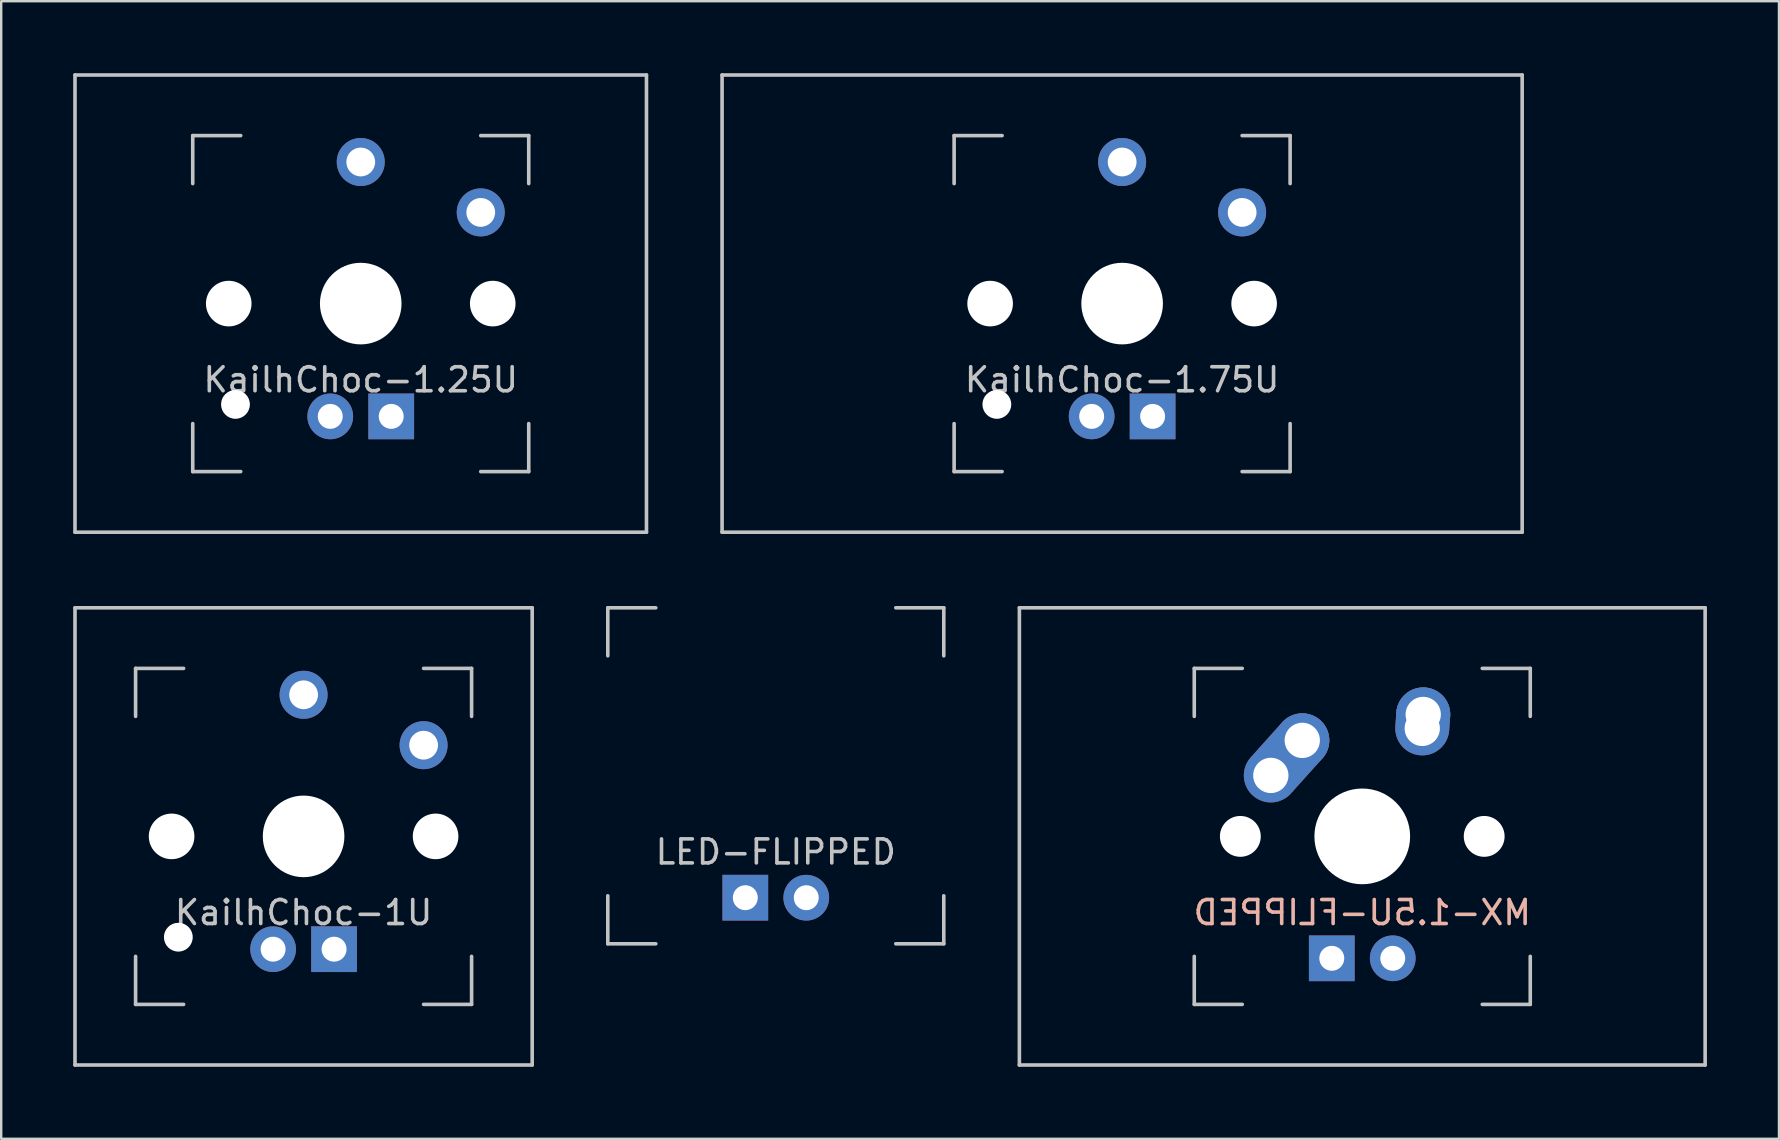
<source format=kicad_pcb>
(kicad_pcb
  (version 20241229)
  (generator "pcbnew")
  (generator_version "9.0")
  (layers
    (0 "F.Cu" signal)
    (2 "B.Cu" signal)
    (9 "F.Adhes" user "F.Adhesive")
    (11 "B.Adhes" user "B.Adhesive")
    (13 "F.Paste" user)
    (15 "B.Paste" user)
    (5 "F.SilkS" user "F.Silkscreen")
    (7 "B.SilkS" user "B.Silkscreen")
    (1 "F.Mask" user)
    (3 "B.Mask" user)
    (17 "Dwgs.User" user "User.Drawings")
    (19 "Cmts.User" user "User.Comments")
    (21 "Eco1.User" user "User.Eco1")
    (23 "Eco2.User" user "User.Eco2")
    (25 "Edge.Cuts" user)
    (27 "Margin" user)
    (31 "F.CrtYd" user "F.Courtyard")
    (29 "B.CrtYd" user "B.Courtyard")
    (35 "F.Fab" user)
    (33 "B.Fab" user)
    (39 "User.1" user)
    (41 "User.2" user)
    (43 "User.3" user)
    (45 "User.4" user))
  (footprint "KailhChoc-1U"
    (layer "F.Cu")
    (at 9.6 31.8)
    (property "Reference" "KailhChoc-1U" (at 0 3.175 0) (layer "Dwgs.User") (effects (font (size 1 1) (thickness 0.15))))
    (attr through_hole)
    (fp_line (start -9.525 -9.525) (end 9.525 -9.525) (stroke (width 0.15) (type solid)) (layer "Dwgs.User"))
    (fp_line (start -9.525 9.525) (end -9.525 -9.525) (stroke (width 0.15) (type solid)) (layer "Dwgs.User"))
    (fp_line (start -7 -7) (end -7 -5) (stroke (width 0.15) (type solid)) (layer "Dwgs.User"))
    (fp_line (start -7 5) (end -7 7) (stroke (width 0.15) (type solid)) (layer "Dwgs.User"))
    (fp_line (start -7 7) (end -5 7) (stroke (width 0.15) (type solid)) (layer "Dwgs.User"))
    (fp_line (start -5 -7) (end -7 -7) (stroke (width 0.15) (type solid)) (layer "Dwgs.User"))
    (fp_line (start 5 -7) (end 7 -7) (stroke (width 0.15) (type solid)) (layer "Dwgs.User"))
    (fp_line (start 5 7) (end 7 7) (stroke (width 0.15) (type solid)) (layer "Dwgs.User"))
    (fp_line (start 7 -7) (end 7 -5) (stroke (width 0.15) (type solid)) (layer "Dwgs.User"))
    (fp_line (start 7 7) (end 7 5) (stroke (width 0.15) (type solid)) (layer "Dwgs.User"))
    (fp_line (start 9.525 -9.525) (end 9.525 9.525) (stroke (width 0.15) (type solid)) (layer "Dwgs.User"))
    (fp_line (start 9.525 9.525) (end -9.525 9.525) (stroke (width 0.15) (type solid)) (layer "Dwgs.User"))
    (pad "" np_thru_hole circle (at -5.5 0 48.1) (size 1.9 1.9) (drill 1.9) (layers "*.Cu" "*.Mask"))
    (pad "" np_thru_hole circle (at -5.22 4.2) (size 1.2 1.2) (drill 1.2) (layers "*.Cu" "*.Mask"))
    (pad "" np_thru_hole circle (at 0 0) (size 3.4 3.4) (drill 3.4) (layers "*.Cu" "*.Mask"))
    (pad "" np_thru_hole circle (at 5.5 0 48.1) (size 1.9 1.9) (drill 1.9) (layers "*.Cu" "*.Mask"))
    (pad "1" thru_hole circle (at 5 -3.8) (size 2 2) (drill 1.2) (layers "*.Cu" "B.Mask"))
    (pad "2" thru_hole circle (at 0 -5.9) (size 2 2) (drill 1.2) (layers "*.Cu" "B.Mask"))
    (pad "3" thru_hole circle (at -1.27 4.7) (size 1.905 1.905) (drill 1.04) (layers "*.Cu" "*.Mask"))
    (pad "4" thru_hole rect (at 1.27 4.7) (size 1.905 1.905) (drill 1.04) (layers "*.Cu" "*.Mask")))
  (footprint "KailhChoc-1.25U"
    (layer "F.Cu")
    (at 11.981 9.6)
    (property "Reference" "KailhChoc-1.25U" (at 0 3.175 0) (layer "Dwgs.User") (effects (font (size 1 1) (thickness 0.15))))
    (attr through_hole)
    (fp_line (start -11.906 -9.525) (end 11.906 -9.525) (stroke (width 0.15) (type solid)) (layer "Dwgs.User"))
    (fp_line (start -11.906 9.525) (end -11.906 -9.525) (stroke (width 0.15) (type solid)) (layer "Dwgs.User"))
    (fp_line (start -7 -7) (end -7 -5) (stroke (width 0.15) (type solid)) (layer "Dwgs.User"))
    (fp_line (start -7 5) (end -7 7) (stroke (width 0.15) (type solid)) (layer "Dwgs.User"))
    (fp_line (start -7 7) (end -5 7) (stroke (width 0.15) (type solid)) (layer "Dwgs.User"))
    (fp_line (start -5 -7) (end -7 -7) (stroke (width 0.15) (type solid)) (layer "Dwgs.User"))
    (fp_line (start 5 -7) (end 7 -7) (stroke (width 0.15) (type solid)) (layer "Dwgs.User"))
    (fp_line (start 5 7) (end 7 7) (stroke (width 0.15) (type solid)) (layer "Dwgs.User"))
    (fp_line (start 7 -7) (end 7 -5) (stroke (width 0.15) (type solid)) (layer "Dwgs.User"))
    (fp_line (start 7 7) (end 7 5) (stroke (width 0.15) (type solid)) (layer "Dwgs.User"))
    (fp_line (start 11.906 -9.525) (end 11.906 9.525) (stroke (width 0.15) (type solid)) (layer "Dwgs.User"))
    (fp_line (start 11.906 9.525) (end -11.906 9.525) (stroke (width 0.15) (type solid)) (layer "Dwgs.User"))
    (pad "" np_thru_hole circle (at -5.5 0 48.1) (size 1.9 1.9) (drill 1.9) (layers "*.Cu" "*.Mask"))
    (pad "" np_thru_hole circle (at -5.22 4.2) (size 1.2 1.2) (drill 1.2) (layers "*.Cu" "*.Mask"))
    (pad "" np_thru_hole circle (at 0 0) (size 3.4 3.4) (drill 3.4) (layers "*.Cu" "*.Mask"))
    (pad "" np_thru_hole circle (at 5.5 0 48.1) (size 1.9 1.9) (drill 1.9) (layers "*.Cu" "*.Mask"))
    (pad "1" thru_hole circle (at 5 -3.8) (size 2 2) (drill 1.2) (layers "*.Cu" "B.Mask"))
    (pad "2" thru_hole circle (at 0 -5.9) (size 2 2) (drill 1.2) (layers "*.Cu" "B.Mask"))
    (pad "3" thru_hole circle (at -1.27 4.7) (size 1.905 1.905) (drill 1.04) (layers "*.Cu" "*.Mask"))
    (pad "4" thru_hole rect (at 1.27 4.7) (size 1.905 1.905) (drill 1.04) (layers "*.Cu" "*.Mask")))
  (footprint "LED-FLIPPED"
    (layer "F.Cu")
    (at 29.275 29.275)
    (property "Reference" "LED-FLIPPED" (at 0 3.175 0) (layer "Dwgs.User") (effects (font (size 1 1) (thickness 0.15))))
    (attr through_hole)
    (fp_line (start -7 -7) (end -7 -5) (stroke (width 0.15) (type solid)) (layer "Dwgs.User"))
    (fp_line (start -7 5) (end -7 7) (stroke (width 0.15) (type solid)) (layer "Dwgs.User"))
    (fp_line (start -7 7) (end -5 7) (stroke (width 0.15) (type solid)) (layer "Dwgs.User"))
    (fp_line (start -5 -7) (end -7 -7) (stroke (width 0.15) (type solid)) (layer "Dwgs.User"))
    (fp_line (start 5 -7) (end 7 -7) (stroke (width 0.15) (type solid)) (layer "Dwgs.User"))
    (fp_line (start 5 7) (end 7 7) (stroke (width 0.15) (type solid)) (layer "Dwgs.User"))
    (fp_line (start 7 -7) (end 7 -5) (stroke (width 0.15) (type solid)) (layer "Dwgs.User"))
    (fp_line (start 7 7) (end 7 5) (stroke (width 0.15) (type solid)) (layer "Dwgs.User"))
    (pad "3" thru_hole circle (at 1.27 5.08) (size 1.905 1.905) (drill 1.04) (layers "*.Cu" "*.Mask"))
    (pad "4" thru_hole rect (at -1.27 5.08) (size 1.905 1.905) (drill 1.04) (layers "*.Cu" "*.Mask")))
  (footprint "MX-1.5U-FLIPPED"
    (layer "F.Cu")
    (at 53.712 31.8)
    (property "Reference" "MX-1.5U-FLIPPED" (at 0 3.175 0) (layer "B.SilkS") (effects (font (size 1 1) (thickness 0.15)) (justify mirror)))
    (attr through_hole)
    (fp_line (start -14.287 -9.525) (end 14.287 -9.525) (stroke (width 0.15) (type solid)) (layer "Dwgs.User"))
    (fp_line (start -14.287 9.525) (end -14.287 -9.525) (stroke (width 0.15) (type solid)) (layer "Dwgs.User"))
    (fp_line (start -14.287 9.525) (end 14.287 9.525) (stroke (width 0.15) (type solid)) (layer "Dwgs.User"))
    (fp_line (start -7 -7) (end -7 -5) (stroke (width 0.15) (type solid)) (layer "Dwgs.User"))
    (fp_line (start -7 5) (end -7 7) (stroke (width 0.15) (type solid)) (layer "Dwgs.User"))
    (fp_line (start -7 7) (end -5 7) (stroke (width 0.15) (type solid)) (layer "Dwgs.User"))
    (fp_line (start -5 -7) (end -7 -7) (stroke (width 0.15) (type solid)) (layer "Dwgs.User"))
    (fp_line (start 5 -7) (end 7 -7) (stroke (width 0.15) (type solid)) (layer "Dwgs.User"))
    (fp_line (start 5 7) (end 7 7) (stroke (width 0.15) (type solid)) (layer "Dwgs.User"))
    (fp_line (start 7 -7) (end 7 -5) (stroke (width 0.15) (type solid)) (layer "Dwgs.User"))
    (fp_line (start 7 7) (end 7 5) (stroke (width 0.15) (type solid)) (layer "Dwgs.User"))
    (fp_line (start 14.287 -9.525) (end 14.287 9.525) (stroke (width 0.15) (type solid)) (layer "Dwgs.User"))
    (pad "" np_thru_hole circle (at -5.08 0 48.1) (size 1.702 1.702) (drill 1.702) (layers "*.Cu" "*.Mask"))
    (pad "" np_thru_hole circle (at 0 0) (size 3.988 3.988) (drill 3.988) (layers "*.Cu" "*.Mask"))
    (pad "" np_thru_hole circle (at 5.08 0 48.1) (size 1.702 1.702) (drill 1.702) (layers "*.Cu" "*.Mask"))
    (pad "1" thru_hole oval (at -3.81 -2.54 48.1) (size 4.212 2.25) (drill 1.47 (offset 0.981 0)) (layers "*.Cu" "*.Mask"))
    (pad "1" thru_hole circle (at -2.5 -4) (size 2.25 2.25) (drill 1.47) (layers "*.Cu" "*.Mask"))
    (pad "2" thru_hole oval (at 2.5 -4.5 86.055) (size 2.831 2.25) (drill 1.47 (offset 0.291 0)) (layers "*.Cu" "*.Mask"))
    (pad "2" thru_hole circle (at 2.54 -5.08) (size 2.25 2.25) (drill 1.47) (layers "*.Cu" "*.Mask"))
    (pad "3" thru_hole circle (at 1.27 5.08) (size 1.905 1.905) (drill 1.04) (layers "*.Cu" "*.Mask"))
    (pad "4" thru_hole rect (at -1.27 5.08) (size 1.905 1.905) (drill 1.04) (layers "*.Cu" "*.Mask")))
  (footprint "KailhChoc-1.75U"
    (layer "F.Cu")
    (at 43.706 9.6)
    (property "Reference" "KailhChoc-1.75U" (at 0 3.175 0) (layer "Dwgs.User") (effects (font (size 1 1) (thickness 0.15))))
    (attr through_hole)
    (fp_line (start -16.669 -9.525) (end 16.669 -9.525) (stroke (width 0.15) (type solid)) (layer "Dwgs.User"))
    (fp_line (start -16.669 9.525) (end -16.669 -9.525) (stroke (width 0.15) (type solid)) (layer "Dwgs.User"))
    (fp_line (start -7 -7) (end -7 -5) (stroke (width 0.15) (type solid)) (layer "Dwgs.User"))
    (fp_line (start -7 5) (end -7 7) (stroke (width 0.15) (type solid)) (layer "Dwgs.User"))
    (fp_line (start -7 7) (end -5 7) (stroke (width 0.15) (type solid)) (layer "Dwgs.User"))
    (fp_line (start -5 -7) (end -7 -7) (stroke (width 0.15) (type solid)) (layer "Dwgs.User"))
    (fp_line (start 5 -7) (end 7 -7) (stroke (width 0.15) (type solid)) (layer "Dwgs.User"))
    (fp_line (start 5 7) (end 7 7) (stroke (width 0.15) (type solid)) (layer "Dwgs.User"))
    (fp_line (start 7 -7) (end 7 -5) (stroke (width 0.15) (type solid)) (layer "Dwgs.User"))
    (fp_line (start 7 7) (end 7 5) (stroke (width 0.15) (type solid)) (layer "Dwgs.User"))
    (fp_line (start 16.669 -9.525) (end 16.669 9.525) (stroke (width 0.15) (type solid)) (layer "Dwgs.User"))
    (fp_line (start 16.669 9.525) (end -16.669 9.525) (stroke (width 0.15) (type solid)) (layer "Dwgs.User"))
    (pad "" np_thru_hole circle (at -5.5 0 48.1) (size 1.9 1.9) (drill 1.9) (layers "*.Cu" "*.Mask"))
    (pad "" np_thru_hole circle (at -5.22 4.2) (size 1.2 1.2) (drill 1.2) (layers "*.Cu" "*.Mask"))
    (pad "" np_thru_hole circle (at 0 0) (size 3.4 3.4) (drill 3.4) (layers "*.Cu" "*.Mask"))
    (pad "" np_thru_hole circle (at 5.5 0 48.1) (size 1.9 1.9) (drill 1.9) (layers "*.Cu" "*.Mask"))
    (pad "1" thru_hole circle (at 5 -3.8) (size 2 2) (drill 1.2) (layers "*.Cu" "B.Mask"))
    (pad "2" thru_hole circle (at 0 -5.9) (size 2 2) (drill 1.2) (layers "*.Cu" "B.Mask"))
    (pad "3" thru_hole circle (at -1.27 4.7) (size 1.905 1.905) (drill 1.04) (layers "*.Cu" "*.Mask"))
    (pad "4" thru_hole rect (at 1.27 4.7) (size 1.905 1.905) (drill 1.04) (layers "*.Cu" "*.Mask")))
  (gr_rect
    (start -3 -3)
    (end 71.075 44.4)
    (stroke (width 0.1) (type default))
    (fill no)
    (layer "Edge.Cuts")))
</source>
